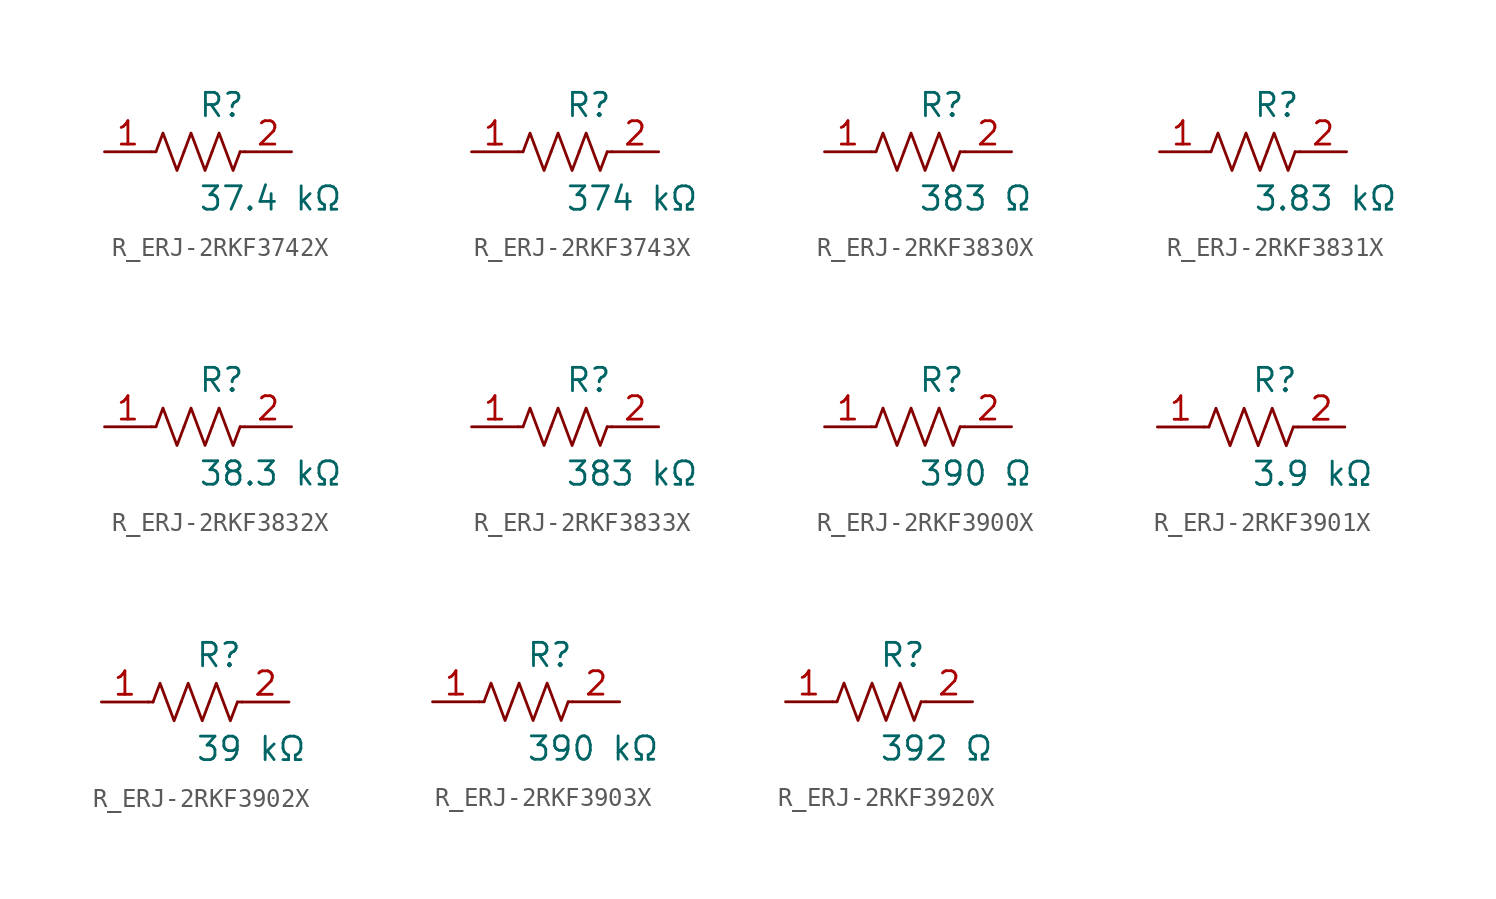
<source format=kicad_sym>
(kicad_symbol_lib
  (version 20231120)
  (generator kicad_symbol_editor)
  (generator_version 8.0)
  (symbol "R_ERJ-2RKF3742X"
    (pin_names
      (offset 0.254))
    (property "Reference" "R"
      (at 0 2.54 0)
      (effects (font (size 1.27 1.27)) (justify left)))
    (property "Value" "37.4 kΩ"
      (at 0 -2.54 0)
      (effects (font (size 1.27 1.27)) (justify left)))
    (symbol "R_ERJ-2RKF3742X_0_1"
      (polyline (pts (xy 2.286 0) (xy 2.54 0)) (stroke (width 0) (type default)) (fill (type none)))
      (polyline (pts (xy -2.286 0) (xy -2.54 0)) (stroke (width 0) (type default)) (fill (type none)))
      (polyline (pts (xy 0.762 0) (xy 1.143 1.016) (xy 1.524 0) (xy 1.905 -1.016) (xy 2.286 0)) (stroke (width 0) (type default)) (fill (type none)))
      (polyline (pts (xy -0.762 0) (xy -0.381 1.016) (xy 0 0) (xy 0.381 -1.016) (xy 0.762 0)) (stroke (width 0) (type default)) (fill (type none)))
      (polyline (pts (xy -2.286 0) (xy -1.905 1.016) (xy -1.524 0) (xy -1.143 -1.016) (xy -0.762 0)) (stroke (width 0) (type default)) (fill (type none))))
    (pin passive line
      (at -5.08 0 0)
      (length 2.54)
      (name "" (effects (font (size 1.27 1.27))))
      (number "1" (effects (font (size 1.27 1.27)))))
    (pin passive line
      (at 5.08 0 180)
      (length 2.54)
      (name "" (effects (font (size 1.27 1.27))))
      (number "2" (effects (font (size 1.27 1.27))))))
  (symbol "R_ERJ-2RKF3743X"
    (pin_names
      (offset 0.254))
    (property "Reference" "R"
      (at 0 2.54 0)
      (effects (font (size 1.27 1.27)) (justify left)))
    (property "Value" "374 kΩ"
      (at 0 -2.54 0)
      (effects (font (size 1.27 1.27)) (justify left)))
    (symbol "R_ERJ-2RKF3743X_0_1"
      (polyline (pts (xy 2.286 0) (xy 2.54 0)) (stroke (width 0) (type default)) (fill (type none)))
      (polyline (pts (xy -2.286 0) (xy -2.54 0)) (stroke (width 0) (type default)) (fill (type none)))
      (polyline (pts (xy 0.762 0) (xy 1.143 1.016) (xy 1.524 0) (xy 1.905 -1.016) (xy 2.286 0)) (stroke (width 0) (type default)) (fill (type none)))
      (polyline (pts (xy -0.762 0) (xy -0.381 1.016) (xy 0 0) (xy 0.381 -1.016) (xy 0.762 0)) (stroke (width 0) (type default)) (fill (type none)))
      (polyline (pts (xy -2.286 0) (xy -1.905 1.016) (xy -1.524 0) (xy -1.143 -1.016) (xy -0.762 0)) (stroke (width 0) (type default)) (fill (type none))))
    (pin passive line
      (at -5.08 0 0)
      (length 2.54)
      (name "" (effects (font (size 1.27 1.27))))
      (number "1" (effects (font (size 1.27 1.27)))))
    (pin passive line
      (at 5.08 0 180)
      (length 2.54)
      (name "" (effects (font (size 1.27 1.27))))
      (number "2" (effects (font (size 1.27 1.27))))))
  (symbol "R_ERJ-2RKF3830X"
    (pin_names
      (offset 0.254))
    (property "Reference" "R"
      (at 0 2.54 0)
      (effects (font (size 1.27 1.27)) (justify left)))
    (property "Value" "383 Ω"
      (at 0 -2.54 0)
      (effects (font (size 1.27 1.27)) (justify left)))
    (symbol "R_ERJ-2RKF3830X_0_1"
      (polyline (pts (xy 2.286 0) (xy 2.54 0)) (stroke (width 0) (type default)) (fill (type none)))
      (polyline (pts (xy -2.286 0) (xy -2.54 0)) (stroke (width 0) (type default)) (fill (type none)))
      (polyline (pts (xy 0.762 0) (xy 1.143 1.016) (xy 1.524 0) (xy 1.905 -1.016) (xy 2.286 0)) (stroke (width 0) (type default)) (fill (type none)))
      (polyline (pts (xy -0.762 0) (xy -0.381 1.016) (xy 0 0) (xy 0.381 -1.016) (xy 0.762 0)) (stroke (width 0) (type default)) (fill (type none)))
      (polyline (pts (xy -2.286 0) (xy -1.905 1.016) (xy -1.524 0) (xy -1.143 -1.016) (xy -0.762 0)) (stroke (width 0) (type default)) (fill (type none))))
    (pin passive line
      (at -5.08 0 0)
      (length 2.54)
      (name "" (effects (font (size 1.27 1.27))))
      (number "1" (effects (font (size 1.27 1.27)))))
    (pin passive line
      (at 5.08 0 180)
      (length 2.54)
      (name "" (effects (font (size 1.27 1.27))))
      (number "2" (effects (font (size 1.27 1.27))))))
  (symbol "R_ERJ-2RKF3831X"
    (pin_names
      (offset 0.254))
    (property "Reference" "R"
      (at 0 2.54 0)
      (effects (font (size 1.27 1.27)) (justify left)))
    (property "Value" "3.83 kΩ"
      (at 0 -2.54 0)
      (effects (font (size 1.27 1.27)) (justify left)))
    (symbol "R_ERJ-2RKF3831X_0_1"
      (polyline (pts (xy 2.286 0) (xy 2.54 0)) (stroke (width 0) (type default)) (fill (type none)))
      (polyline (pts (xy -2.286 0) (xy -2.54 0)) (stroke (width 0) (type default)) (fill (type none)))
      (polyline (pts (xy 0.762 0) (xy 1.143 1.016) (xy 1.524 0) (xy 1.905 -1.016) (xy 2.286 0)) (stroke (width 0) (type default)) (fill (type none)))
      (polyline (pts (xy -0.762 0) (xy -0.381 1.016) (xy 0 0) (xy 0.381 -1.016) (xy 0.762 0)) (stroke (width 0) (type default)) (fill (type none)))
      (polyline (pts (xy -2.286 0) (xy -1.905 1.016) (xy -1.524 0) (xy -1.143 -1.016) (xy -0.762 0)) (stroke (width 0) (type default)) (fill (type none))))
    (pin passive line
      (at -5.08 0 0)
      (length 2.54)
      (name "" (effects (font (size 1.27 1.27))))
      (number "1" (effects (font (size 1.27 1.27)))))
    (pin passive line
      (at 5.08 0 180)
      (length 2.54)
      (name "" (effects (font (size 1.27 1.27))))
      (number "2" (effects (font (size 1.27 1.27))))))
  (symbol "R_ERJ-2RKF3832X"
    (pin_names
      (offset 0.254))
    (property "Reference" "R"
      (at 0 2.54 0)
      (effects (font (size 1.27 1.27)) (justify left)))
    (property "Value" "38.3 kΩ"
      (at 0 -2.54 0)
      (effects (font (size 1.27 1.27)) (justify left)))
    (symbol "R_ERJ-2RKF3832X_0_1"
      (polyline (pts (xy 2.286 0) (xy 2.54 0)) (stroke (width 0) (type default)) (fill (type none)))
      (polyline (pts (xy -2.286 0) (xy -2.54 0)) (stroke (width 0) (type default)) (fill (type none)))
      (polyline (pts (xy 0.762 0) (xy 1.143 1.016) (xy 1.524 0) (xy 1.905 -1.016) (xy 2.286 0)) (stroke (width 0) (type default)) (fill (type none)))
      (polyline (pts (xy -0.762 0) (xy -0.381 1.016) (xy 0 0) (xy 0.381 -1.016) (xy 0.762 0)) (stroke (width 0) (type default)) (fill (type none)))
      (polyline (pts (xy -2.286 0) (xy -1.905 1.016) (xy -1.524 0) (xy -1.143 -1.016) (xy -0.762 0)) (stroke (width 0) (type default)) (fill (type none))))
    (pin passive line
      (at -5.08 0 0)
      (length 2.54)
      (name "" (effects (font (size 1.27 1.27))))
      (number "1" (effects (font (size 1.27 1.27)))))
    (pin passive line
      (at 5.08 0 180)
      (length 2.54)
      (name "" (effects (font (size 1.27 1.27))))
      (number "2" (effects (font (size 1.27 1.27))))))
  (symbol "R_ERJ-2RKF3833X"
    (pin_names
      (offset 0.254))
    (property "Reference" "R"
      (at 0 2.54 0)
      (effects (font (size 1.27 1.27)) (justify left)))
    (property "Value" "383 kΩ"
      (at 0 -2.54 0)
      (effects (font (size 1.27 1.27)) (justify left)))
    (symbol "R_ERJ-2RKF3833X_0_1"
      (polyline (pts (xy 2.286 0) (xy 2.54 0)) (stroke (width 0) (type default)) (fill (type none)))
      (polyline (pts (xy -2.286 0) (xy -2.54 0)) (stroke (width 0) (type default)) (fill (type none)))
      (polyline (pts (xy 0.762 0) (xy 1.143 1.016) (xy 1.524 0) (xy 1.905 -1.016) (xy 2.286 0)) (stroke (width 0) (type default)) (fill (type none)))
      (polyline (pts (xy -0.762 0) (xy -0.381 1.016) (xy 0 0) (xy 0.381 -1.016) (xy 0.762 0)) (stroke (width 0) (type default)) (fill (type none)))
      (polyline (pts (xy -2.286 0) (xy -1.905 1.016) (xy -1.524 0) (xy -1.143 -1.016) (xy -0.762 0)) (stroke (width 0) (type default)) (fill (type none))))
    (pin passive line
      (at -5.08 0 0)
      (length 2.54)
      (name "" (effects (font (size 1.27 1.27))))
      (number "1" (effects (font (size 1.27 1.27)))))
    (pin passive line
      (at 5.08 0 180)
      (length 2.54)
      (name "" (effects (font (size 1.27 1.27))))
      (number "2" (effects (font (size 1.27 1.27))))))
  (symbol "R_ERJ-2RKF3900X"
    (pin_names
      (offset 0.254))
    (property "Reference" "R"
      (at 0 2.54 0)
      (effects (font (size 1.27 1.27)) (justify left)))
    (property "Value" "390 Ω"
      (at 0 -2.54 0)
      (effects (font (size 1.27 1.27)) (justify left)))
    (symbol "R_ERJ-2RKF3900X_0_1"
      (polyline (pts (xy 2.286 0) (xy 2.54 0)) (stroke (width 0) (type default)) (fill (type none)))
      (polyline (pts (xy -2.286 0) (xy -2.54 0)) (stroke (width 0) (type default)) (fill (type none)))
      (polyline (pts (xy 0.762 0) (xy 1.143 1.016) (xy 1.524 0) (xy 1.905 -1.016) (xy 2.286 0)) (stroke (width 0) (type default)) (fill (type none)))
      (polyline (pts (xy -0.762 0) (xy -0.381 1.016) (xy 0 0) (xy 0.381 -1.016) (xy 0.762 0)) (stroke (width 0) (type default)) (fill (type none)))
      (polyline (pts (xy -2.286 0) (xy -1.905 1.016) (xy -1.524 0) (xy -1.143 -1.016) (xy -0.762 0)) (stroke (width 0) (type default)) (fill (type none))))
    (pin passive line
      (at -5.08 0 0)
      (length 2.54)
      (name "" (effects (font (size 1.27 1.27))))
      (number "1" (effects (font (size 1.27 1.27)))))
    (pin passive line
      (at 5.08 0 180)
      (length 2.54)
      (name "" (effects (font (size 1.27 1.27))))
      (number "2" (effects (font (size 1.27 1.27))))))
  (symbol "R_ERJ-2RKF3901X"
    (pin_names
      (offset 0.254))
    (property "Reference" "R"
      (at 0 2.54 0)
      (effects (font (size 1.27 1.27)) (justify left)))
    (property "Value" "3.9 kΩ"
      (at 0 -2.54 0)
      (effects (font (size 1.27 1.27)) (justify left)))
    (symbol "R_ERJ-2RKF3901X_0_1"
      (polyline (pts (xy 2.286 0) (xy 2.54 0)) (stroke (width 0) (type default)) (fill (type none)))
      (polyline (pts (xy -2.286 0) (xy -2.54 0)) (stroke (width 0) (type default)) (fill (type none)))
      (polyline (pts (xy 0.762 0) (xy 1.143 1.016) (xy 1.524 0) (xy 1.905 -1.016) (xy 2.286 0)) (stroke (width 0) (type default)) (fill (type none)))
      (polyline (pts (xy -0.762 0) (xy -0.381 1.016) (xy 0 0) (xy 0.381 -1.016) (xy 0.762 0)) (stroke (width 0) (type default)) (fill (type none)))
      (polyline (pts (xy -2.286 0) (xy -1.905 1.016) (xy -1.524 0) (xy -1.143 -1.016) (xy -0.762 0)) (stroke (width 0) (type default)) (fill (type none))))
    (pin passive line
      (at -5.08 0 0)
      (length 2.54)
      (name "" (effects (font (size 1.27 1.27))))
      (number "1" (effects (font (size 1.27 1.27)))))
    (pin passive line
      (at 5.08 0 180)
      (length 2.54)
      (name "" (effects (font (size 1.27 1.27))))
      (number "2" (effects (font (size 1.27 1.27))))))
  (symbol "R_ERJ-2RKF3902X"
    (pin_names
      (offset 0.254))
    (property "Reference" "R"
      (at 0 2.54 0)
      (effects (font (size 1.27 1.27)) (justify left)))
    (property "Value" "39 kΩ"
      (at 0 -2.54 0)
      (effects (font (size 1.27 1.27)) (justify left)))
    (symbol "R_ERJ-2RKF3902X_0_1"
      (polyline (pts (xy 2.286 0) (xy 2.54 0)) (stroke (width 0) (type default)) (fill (type none)))
      (polyline (pts (xy -2.286 0) (xy -2.54 0)) (stroke (width 0) (type default)) (fill (type none)))
      (polyline (pts (xy 0.762 0) (xy 1.143 1.016) (xy 1.524 0) (xy 1.905 -1.016) (xy 2.286 0)) (stroke (width 0) (type default)) (fill (type none)))
      (polyline (pts (xy -0.762 0) (xy -0.381 1.016) (xy 0 0) (xy 0.381 -1.016) (xy 0.762 0)) (stroke (width 0) (type default)) (fill (type none)))
      (polyline (pts (xy -2.286 0) (xy -1.905 1.016) (xy -1.524 0) (xy -1.143 -1.016) (xy -0.762 0)) (stroke (width 0) (type default)) (fill (type none))))
    (pin passive line
      (at -5.08 0 0)
      (length 2.54)
      (name "" (effects (font (size 1.27 1.27))))
      (number "1" (effects (font (size 1.27 1.27)))))
    (pin passive line
      (at 5.08 0 180)
      (length 2.54)
      (name "" (effects (font (size 1.27 1.27))))
      (number "2" (effects (font (size 1.27 1.27))))))
  (symbol "R_ERJ-2RKF3903X"
    (pin_names
      (offset 0.254))
    (property "Reference" "R"
      (at 0 2.54 0)
      (effects (font (size 1.27 1.27)) (justify left)))
    (property "Value" "390 kΩ"
      (at 0 -2.54 0)
      (effects (font (size 1.27 1.27)) (justify left)))
    (symbol "R_ERJ-2RKF3903X_0_1"
      (polyline (pts (xy 2.286 0) (xy 2.54 0)) (stroke (width 0) (type default)) (fill (type none)))
      (polyline (pts (xy -2.286 0) (xy -2.54 0)) (stroke (width 0) (type default)) (fill (type none)))
      (polyline (pts (xy 0.762 0) (xy 1.143 1.016) (xy 1.524 0) (xy 1.905 -1.016) (xy 2.286 0)) (stroke (width 0) (type default)) (fill (type none)))
      (polyline (pts (xy -0.762 0) (xy -0.381 1.016) (xy 0 0) (xy 0.381 -1.016) (xy 0.762 0)) (stroke (width 0) (type default)) (fill (type none)))
      (polyline (pts (xy -2.286 0) (xy -1.905 1.016) (xy -1.524 0) (xy -1.143 -1.016) (xy -0.762 0)) (stroke (width 0) (type default)) (fill (type none))))
    (pin passive line
      (at -5.08 0 0)
      (length 2.54)
      (name "" (effects (font (size 1.27 1.27))))
      (number "1" (effects (font (size 1.27 1.27)))))
    (pin passive line
      (at 5.08 0 180)
      (length 2.54)
      (name "" (effects (font (size 1.27 1.27))))
      (number "2" (effects (font (size 1.27 1.27))))))
  (symbol "R_ERJ-2RKF3920X"
    (pin_names
      (offset 0.254))
    (property "Reference" "R"
      (at 0 2.54 0)
      (effects (font (size 1.27 1.27)) (justify left)))
    (property "Value" "392 Ω"
      (at 0 -2.54 0)
      (effects (font (size 1.27 1.27)) (justify left)))
    (symbol "R_ERJ-2RKF3920X_0_1"
      (polyline (pts (xy 2.286 0) (xy 2.54 0)) (stroke (width 0) (type default)) (fill (type none)))
      (polyline (pts (xy -2.286 0) (xy -2.54 0)) (stroke (width 0) (type default)) (fill (type none)))
      (polyline (pts (xy 0.762 0) (xy 1.143 1.016) (xy 1.524 0) (xy 1.905 -1.016) (xy 2.286 0)) (stroke (width 0) (type default)) (fill (type none)))
      (polyline (pts (xy -0.762 0) (xy -0.381 1.016) (xy 0 0) (xy 0.381 -1.016) (xy 0.762 0)) (stroke (width 0) (type default)) (fill (type none)))
      (polyline (pts (xy -2.286 0) (xy -1.905 1.016) (xy -1.524 0) (xy -1.143 -1.016) (xy -0.762 0)) (stroke (width 0) (type default)) (fill (type none))))
    (pin passive line
      (at -5.08 0 0)
      (length 2.54)
      (name "" (effects (font (size 1.27 1.27))))
      (number "1" (effects (font (size 1.27 1.27)))))
    (pin passive line
      (at 5.08 0 180)
      (length 2.54)
      (name "" (effects (font (size 1.27 1.27))))
      (number "2" (effects (font (size 1.27 1.27)))))))
</source>
